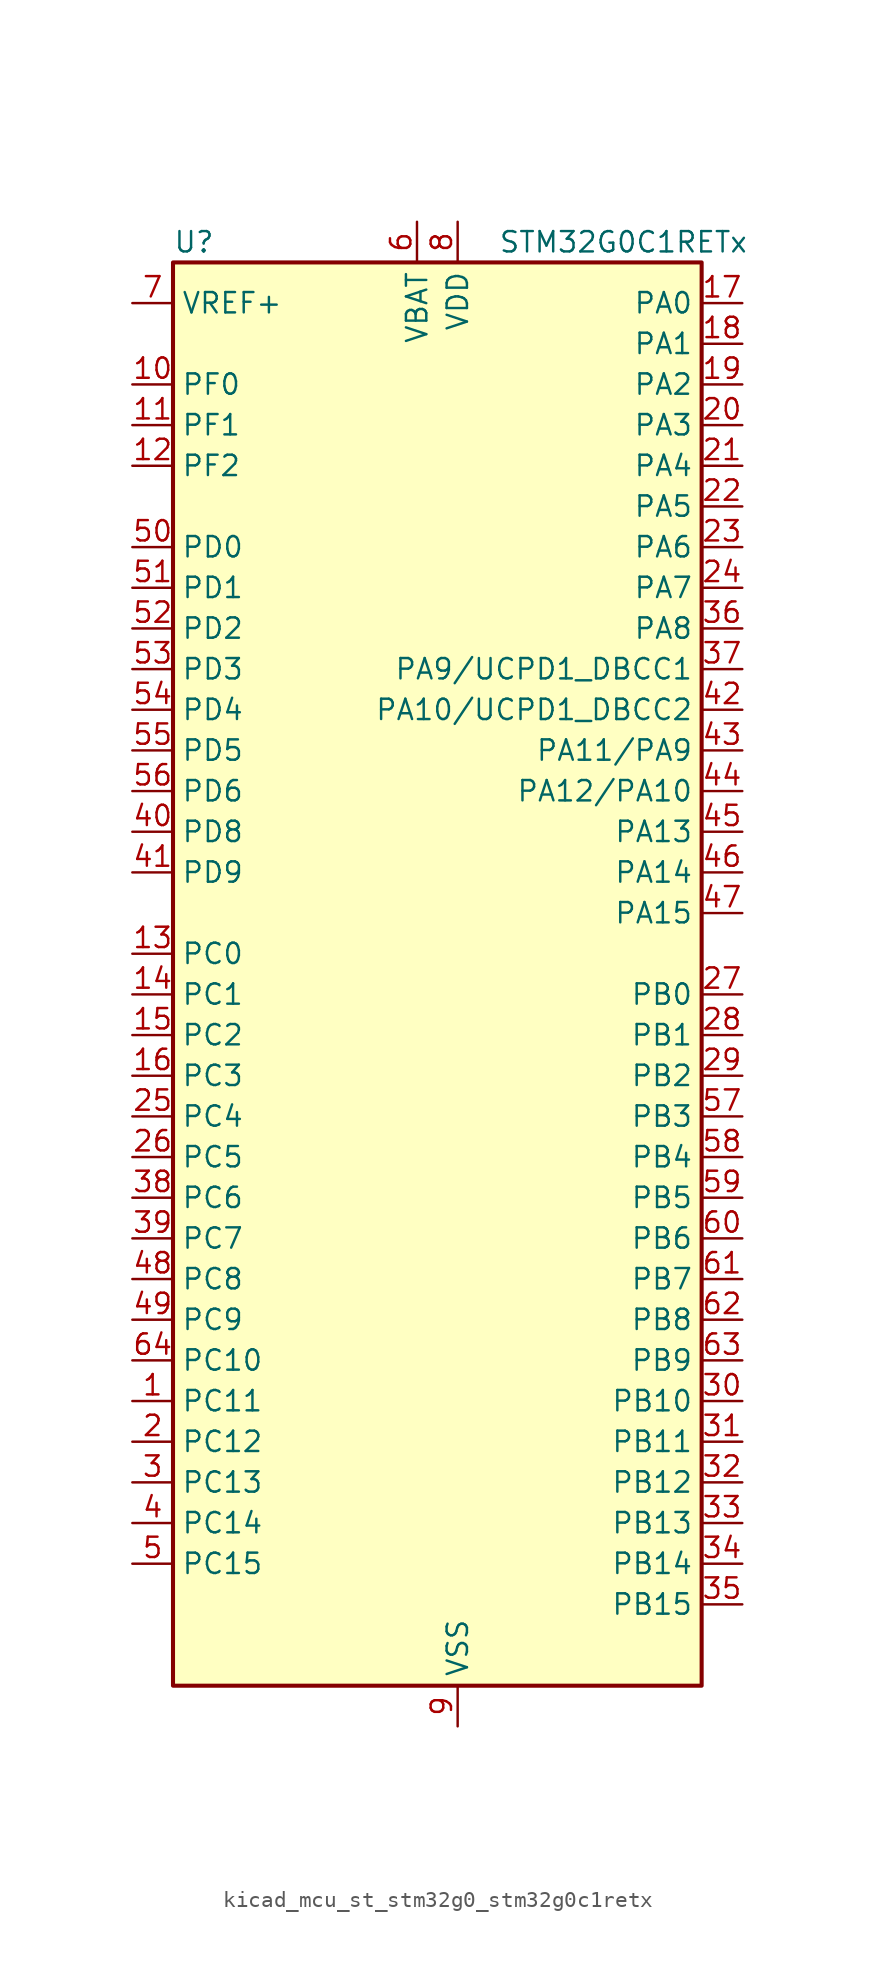
<source format=kicad_sym>
(kicad_symbol_lib
  (version 20220914)
  (generator kicad_symbol_editor)
  (symbol "kicad_mcu_st_stm32g0_stm32g0c1retx"
    (property "Reference" "U"
      (at -15.24 46.99 0)
      (effects (font (size 1.27 1.27)) (justify left)))
    (property "Value" "STM32G0C1RETx"
      (at 5.08 46.99 0)
      (effects (font (size 1.27 1.27)) (justify left)))
    (property "ki_locked" ""
      (at 0 0 0)
      (effects (font (size 1.27 1.27))))
    (symbol "kicad_mcu_st_stm32g0_stm32g0c1retx_0_1"
      (rectangle (start -15.24 -43.18) (end 17.78 45.72) (stroke (width 0.254) (type default)) (fill (type background))))
    (symbol "kicad_mcu_st_stm32g0_stm32g0c1retx_1_1"
      (pin bidirectional line (at -17.78 -25.4 0) (length 2.54) (name "PC11" (effects (font (size 1.27 1.27)))) (number "1" (effects (font (size 1.27 1.27)))) (alternate "ADC1_EXTI11" bidirectional line) (alternate "SPI3_MISO" bidirectional line) (alternate "TIM1_CH4" bidirectional line) (alternate "USART3_RX" bidirectional line) (alternate "USART4_RX" bidirectional line))
      (pin bidirectional line (at -17.78 38.1 0) (length 2.54) (name "PF0" (effects (font (size 1.27 1.27)))) (number "10" (effects (font (size 1.27 1.27)))) (alternate "CRS1_SYNC" bidirectional line) (alternate "RCC_OSC_IN" bidirectional line) (alternate "TIM14_CH1" bidirectional line))
      (pin bidirectional line (at -17.78 35.56 0) (length 2.54) (name "PF1" (effects (font (size 1.27 1.27)))) (number "11" (effects (font (size 1.27 1.27)))) (alternate "RCC_OSC_EN" bidirectional line) (alternate "RCC_OSC_OUT" bidirectional line) (alternate "TIM15_CH1N" bidirectional line))
      (pin bidirectional line (at -17.78 33.02 0) (length 2.54) (name "PF2" (effects (font (size 1.27 1.27)))) (number "12" (effects (font (size 1.27 1.27)))) (alternate "LPUART2_DE" bidirectional line) (alternate "LPUART2_RTS" bidirectional line) (alternate "LPUART2_TX" bidirectional line) (alternate "RCC_MCO" bidirectional line))
      (pin bidirectional line (at -17.78 2.54 0) (length 2.54) (name "PC0" (effects (font (size 1.27 1.27)))) (number "13" (effects (font (size 1.27 1.27)))) (alternate "COMP3_INM" bidirectional line) (alternate "COMP3_OUT" bidirectional line) (alternate "I2C3_SCL" bidirectional line) (alternate "LPTIM1_IN1" bidirectional line) (alternate "LPTIM2_IN1" bidirectional line) (alternate "LPUART1_RX" bidirectional line) (alternate "LPUART2_TX" bidirectional line) (alternate "USART6_TX" bidirectional line))
      (pin bidirectional line (at -17.78 0 0) (length 2.54) (name "PC1" (effects (font (size 1.27 1.27)))) (number "14" (effects (font (size 1.27 1.27)))) (alternate "COMP3_INP" bidirectional line) (alternate "I2C3_SDA" bidirectional line) (alternate "LPTIM1_OUT" bidirectional line) (alternate "LPUART1_TX" bidirectional line) (alternate "LPUART2_RX" bidirectional line) (alternate "TIM15_CH1" bidirectional line) (alternate "USART6_RX" bidirectional line))
      (pin bidirectional line (at -17.78 -2.54 0) (length 2.54) (name "PC2" (effects (font (size 1.27 1.27)))) (number "15" (effects (font (size 1.27 1.27)))) (alternate "COMP3_OUT" bidirectional line) (alternate "FDCAN2_RX" bidirectional line) (alternate "I2S2_MCK" bidirectional line) (alternate "LPTIM1_IN2" bidirectional line) (alternate "SPI2_MISO" bidirectional line) (alternate "TIM15_CH2" bidirectional line))
      (pin bidirectional line (at -17.78 -5.08 0) (length 2.54) (name "PC3" (effects (font (size 1.27 1.27)))) (number "16" (effects (font (size 1.27 1.27)))) (alternate "FDCAN2_TX" bidirectional line) (alternate "I2S2_SD" bidirectional line) (alternate "LPTIM1_ETR" bidirectional line) (alternate "LPTIM2_ETR" bidirectional line) (alternate "SPI2_MOSI" bidirectional line))
      (pin bidirectional line (at 20.32 43.18 180) (length 2.54) (name "PA0" (effects (font (size 1.27 1.27)))) (number "17" (effects (font (size 1.27 1.27)))) (alternate "ADC1_IN0" bidirectional line) (alternate "COMP1_INM" bidirectional line) (alternate "COMP1_OUT" bidirectional line) (alternate "I2S2_CK" bidirectional line) (alternate "LPTIM1_OUT" bidirectional line) (alternate "RTC_TAMP_IN2" bidirectional line) (alternate "SPI2_SCK" bidirectional line) (alternate "SYS_WKUP1" bidirectional line) (alternate "TIM2_CH1" bidirectional line) (alternate "TIM2_ETR" bidirectional line) (alternate "UCPD2_FRSTX1" bidirectional line) (alternate "UCPD2_FRSTX2" bidirectional line) (alternate "USART2_CTS" bidirectional line) (alternate "USART2_NSS" bidirectional line) (alternate "USART4_TX" bidirectional line))
      (pin bidirectional line (at 20.32 40.64 180) (length 2.54) (name "PA1" (effects (font (size 1.27 1.27)))) (number "18" (effects (font (size 1.27 1.27)))) (alternate "ADC1_IN1" bidirectional line) (alternate "COMP1_INP" bidirectional line) (alternate "I2C1_SMBA" bidirectional line) (alternate "I2S1_CK" bidirectional line) (alternate "SPI1_SCK" bidirectional line) (alternate "TIM15_CH1N" bidirectional line) (alternate "TIM2_CH2" bidirectional line) (alternate "USART2_CK" bidirectional line) (alternate "USART2_DE" bidirectional line) (alternate "USART2_RTS" bidirectional line) (alternate "USART4_RX" bidirectional line))
      (pin bidirectional line (at 20.32 38.1 180) (length 2.54) (name "PA2" (effects (font (size 1.27 1.27)))) (number "19" (effects (font (size 1.27 1.27)))) (alternate "ADC1_IN2" bidirectional line) (alternate "COMP2_INM" bidirectional line) (alternate "COMP2_OUT" bidirectional line) (alternate "I2S1_SD" bidirectional line) (alternate "LPUART1_TX" bidirectional line) (alternate "RCC_LSCO" bidirectional line) (alternate "SPI1_MOSI" bidirectional line) (alternate "SYS_WKUP4" bidirectional line) (alternate "TIM15_CH1" bidirectional line) (alternate "TIM2_CH3" bidirectional line) (alternate "UCPD1_FRSTX1" bidirectional line) (alternate "UCPD1_FRSTX2" bidirectional line) (alternate "USART2_TX" bidirectional line))
      (pin bidirectional line (at -17.78 -27.94 0) (length 2.54) (name "PC12" (effects (font (size 1.27 1.27)))) (number "2" (effects (font (size 1.27 1.27)))) (alternate "LPTIM1_IN1" bidirectional line) (alternate "SPI3_MOSI" bidirectional line) (alternate "TIM14_CH1" bidirectional line) (alternate "UCPD1_FRSTX1" bidirectional line) (alternate "UCPD1_FRSTX2" bidirectional line) (alternate "USART5_TX" bidirectional line))
      (pin bidirectional line (at 20.32 35.56 180) (length 2.54) (name "PA3" (effects (font (size 1.27 1.27)))) (number "20" (effects (font (size 1.27 1.27)))) (alternate "ADC1_IN3" bidirectional line) (alternate "COMP2_INP" bidirectional line) (alternate "I2S2_MCK" bidirectional line) (alternate "LPUART1_RX" bidirectional line) (alternate "SPI2_MISO" bidirectional line) (alternate "TIM15_CH2" bidirectional line) (alternate "TIM2_CH4" bidirectional line) (alternate "UCPD2_FRSTX1" bidirectional line) (alternate "UCPD2_FRSTX2" bidirectional line) (alternate "USART2_RX" bidirectional line))
      (pin bidirectional line (at 20.32 33.02 180) (length 2.54) (name "PA4" (effects (font (size 1.27 1.27)))) (number "21" (effects (font (size 1.27 1.27)))) (alternate "ADC1_IN4" bidirectional line) (alternate "DAC1_OUT1" bidirectional line) (alternate "I2S1_WS" bidirectional line) (alternate "I2S2_SD" bidirectional line) (alternate "LPTIM2_OUT" bidirectional line) (alternate "RTC_OUT2" bidirectional line) (alternate "SPI1_NSS" bidirectional line) (alternate "SPI2_MOSI" bidirectional line) (alternate "SPI3_NSS" bidirectional line) (alternate "TIM14_CH1" bidirectional line) (alternate "UCPD2_FRSTX1" bidirectional line) (alternate "UCPD2_FRSTX2" bidirectional line) (alternate "USART6_TX" bidirectional line) (alternate "USB_NOE" bidirectional line))
      (pin bidirectional line (at 20.32 30.48 180) (length 2.54) (name "PA5" (effects (font (size 1.27 1.27)))) (number "22" (effects (font (size 1.27 1.27)))) (alternate "ADC1_IN5" bidirectional line) (alternate "CEC" bidirectional line) (alternate "DAC1_OUT2" bidirectional line) (alternate "I2S1_CK" bidirectional line) (alternate "LPTIM2_ETR" bidirectional line) (alternate "SPI1_SCK" bidirectional line) (alternate "TIM2_CH1" bidirectional line) (alternate "TIM2_ETR" bidirectional line) (alternate "UCPD1_FRSTX1" bidirectional line) (alternate "UCPD1_FRSTX2" bidirectional line) (alternate "USART3_TX" bidirectional line) (alternate "USART6_RX" bidirectional line))
      (pin bidirectional line (at 20.32 27.94 180) (length 2.54) (name "PA6" (effects (font (size 1.27 1.27)))) (number "23" (effects (font (size 1.27 1.27)))) (alternate "ADC1_IN6" bidirectional line) (alternate "COMP1_OUT" bidirectional line) (alternate "I2C2_SDA" bidirectional line) (alternate "I2C3_SDA" bidirectional line) (alternate "I2S1_MCK" bidirectional line) (alternate "LPUART1_CTS" bidirectional line) (alternate "SPI1_MISO" bidirectional line) (alternate "TIM16_CH1" bidirectional line) (alternate "TIM1_BK" bidirectional line) (alternate "TIM3_CH1" bidirectional line) (alternate "USART3_CTS" bidirectional line) (alternate "USART3_NSS" bidirectional line) (alternate "USART6_CTS" bidirectional line) (alternate "USART6_NSS" bidirectional line))
      (pin bidirectional line (at 20.32 25.4 180) (length 2.54) (name "PA7" (effects (font (size 1.27 1.27)))) (number "24" (effects (font (size 1.27 1.27)))) (alternate "ADC1_IN7" bidirectional line) (alternate "COMP2_OUT" bidirectional line) (alternate "I2C2_SCL" bidirectional line) (alternate "I2C3_SCL" bidirectional line) (alternate "I2S1_SD" bidirectional line) (alternate "SPI1_MOSI" bidirectional line) (alternate "TIM14_CH1" bidirectional line) (alternate "TIM17_CH1" bidirectional line) (alternate "TIM1_CH1N" bidirectional line) (alternate "TIM3_CH2" bidirectional line) (alternate "UCPD1_FRSTX1" bidirectional line) (alternate "UCPD1_FRSTX2" bidirectional line) (alternate "USART6_CK" bidirectional line) (alternate "USART6_DE" bidirectional line) (alternate "USART6_RTS" bidirectional line))
      (pin bidirectional line (at -17.78 -7.62 0) (length 2.54) (name "PC4" (effects (font (size 1.27 1.27)))) (number "25" (effects (font (size 1.27 1.27)))) (alternate "ADC1_IN17" bidirectional line) (alternate "COMP1_INM" bidirectional line) (alternate "FDCAN1_RX" bidirectional line) (alternate "TIM2_CH1" bidirectional line) (alternate "TIM2_ETR" bidirectional line) (alternate "USART1_TX" bidirectional line) (alternate "USART3_TX" bidirectional line))
      (pin bidirectional line (at -17.78 -10.16 0) (length 2.54) (name "PC5" (effects (font (size 1.27 1.27)))) (number "26" (effects (font (size 1.27 1.27)))) (alternate "ADC1_IN18" bidirectional line) (alternate "COMP1_INP" bidirectional line) (alternate "FDCAN1_TX" bidirectional line) (alternate "SYS_WKUP5" bidirectional line) (alternate "TIM2_CH2" bidirectional line) (alternate "USART1_RX" bidirectional line) (alternate "USART3_RX" bidirectional line))
      (pin bidirectional line (at 20.32 0 180) (length 2.54) (name "PB0" (effects (font (size 1.27 1.27)))) (number "27" (effects (font (size 1.27 1.27)))) (alternate "ADC1_IN8" bidirectional line) (alternate "COMP1_OUT" bidirectional line) (alternate "COMP3_INP" bidirectional line) (alternate "FDCAN2_RX" bidirectional line) (alternate "I2S1_WS" bidirectional line) (alternate "LPTIM1_OUT" bidirectional line) (alternate "LPUART2_CTS" bidirectional line) (alternate "SPI1_NSS" bidirectional line) (alternate "TIM1_CH2N" bidirectional line) (alternate "TIM3_CH3" bidirectional line) (alternate "UCPD1_FRSTX1" bidirectional line) (alternate "UCPD1_FRSTX2" bidirectional line) (alternate "USART3_RX" bidirectional line) (alternate "USART5_TX" bidirectional line))
      (pin bidirectional line (at 20.32 -2.54 180) (length 2.54) (name "PB1" (effects (font (size 1.27 1.27)))) (number "28" (effects (font (size 1.27 1.27)))) (alternate "ADC1_IN9" bidirectional line) (alternate "COMP1_INM" bidirectional line) (alternate "COMP3_OUT" bidirectional line) (alternate "FDCAN2_TX" bidirectional line) (alternate "LPTIM2_IN1" bidirectional line) (alternate "LPUART1_DE" bidirectional line) (alternate "LPUART1_RTS" bidirectional line) (alternate "LPUART2_DE" bidirectional line) (alternate "LPUART2_RTS" bidirectional line) (alternate "TIM14_CH1" bidirectional line) (alternate "TIM1_CH3N" bidirectional line) (alternate "TIM3_CH4" bidirectional line) (alternate "USART3_CK" bidirectional line) (alternate "USART3_DE" bidirectional line) (alternate "USART3_RTS" bidirectional line) (alternate "USART5_RX" bidirectional line))
      (pin bidirectional line (at 20.32 -5.08 180) (length 2.54) (name "PB2" (effects (font (size 1.27 1.27)))) (number "29" (effects (font (size 1.27 1.27)))) (alternate "ADC1_IN10" bidirectional line) (alternate "COMP1_INP" bidirectional line) (alternate "COMP3_INM" bidirectional line) (alternate "I2S2_MCK" bidirectional line) (alternate "LPTIM1_OUT" bidirectional line) (alternate "RCC_MCO_2" bidirectional line) (alternate "SPI2_MISO" bidirectional line) (alternate "USART3_TX" bidirectional line))
      (pin bidirectional line (at -17.78 -30.48 0) (length 2.54) (name "PC13" (effects (font (size 1.27 1.27)))) (number "3" (effects (font (size 1.27 1.27)))) (alternate "RTC_OUT1" bidirectional line) (alternate "RTC_TAMP_IN1" bidirectional line) (alternate "RTC_TS" bidirectional line) (alternate "SYS_WKUP2" bidirectional line) (alternate "TIM1_BK" bidirectional line))
      (pin bidirectional line (at 20.32 -25.4 180) (length 2.54) (name "PB10" (effects (font (size 1.27 1.27)))) (number "30" (effects (font (size 1.27 1.27)))) (alternate "ADC1_IN11" bidirectional line) (alternate "CEC" bidirectional line) (alternate "COMP1_OUT" bidirectional line) (alternate "I2C2_SCL" bidirectional line) (alternate "I2S2_CK" bidirectional line) (alternate "LPUART1_RX" bidirectional line) (alternate "SPI2_SCK" bidirectional line) (alternate "TIM2_CH3" bidirectional line) (alternate "USART3_TX" bidirectional line))
      (pin bidirectional line (at 20.32 -27.94 180) (length 2.54) (name "PB11" (effects (font (size 1.27 1.27)))) (number "31" (effects (font (size 1.27 1.27)))) (alternate "ADC1_EXTI11" bidirectional line) (alternate "ADC1_IN15" bidirectional line) (alternate "COMP2_OUT" bidirectional line) (alternate "I2C2_SDA" bidirectional line) (alternate "I2S2_SD" bidirectional line) (alternate "LPUART1_TX" bidirectional line) (alternate "SPI2_MOSI" bidirectional line) (alternate "TIM2_CH4" bidirectional line) (alternate "USART3_RX" bidirectional line))
      (pin bidirectional line (at 20.32 -30.48 180) (length 2.54) (name "PB12" (effects (font (size 1.27 1.27)))) (number "32" (effects (font (size 1.27 1.27)))) (alternate "ADC1_IN16" bidirectional line) (alternate "FDCAN2_RX" bidirectional line) (alternate "I2C2_SMBA" bidirectional line) (alternate "I2S2_WS" bidirectional line) (alternate "LPUART1_DE" bidirectional line) (alternate "LPUART1_RTS" bidirectional line) (alternate "SPI2_NSS" bidirectional line) (alternate "TIM15_BK" bidirectional line) (alternate "TIM1_BK" bidirectional line) (alternate "UCPD2_FRSTX1" bidirectional line) (alternate "UCPD2_FRSTX2" bidirectional line))
      (pin bidirectional line (at 20.32 -33.02 180) (length 2.54) (name "PB13" (effects (font (size 1.27 1.27)))) (number "33" (effects (font (size 1.27 1.27)))) (alternate "FDCAN2_TX" bidirectional line) (alternate "I2C2_SCL" bidirectional line) (alternate "I2S2_CK" bidirectional line) (alternate "LPUART1_CTS" bidirectional line) (alternate "SPI2_SCK" bidirectional line) (alternate "TIM15_CH1N" bidirectional line) (alternate "TIM1_CH1N" bidirectional line) (alternate "USART3_CTS" bidirectional line) (alternate "USART3_NSS" bidirectional line))
      (pin bidirectional line (at 20.32 -35.56 180) (length 2.54) (name "PB14" (effects (font (size 1.27 1.27)))) (number "34" (effects (font (size 1.27 1.27)))) (alternate "I2C2_SDA" bidirectional line) (alternate "I2S2_MCK" bidirectional line) (alternate "SPI2_MISO" bidirectional line) (alternate "TIM15_CH1" bidirectional line) (alternate "TIM1_CH2N" bidirectional line) (alternate "UCPD1_FRSTX1" bidirectional line) (alternate "UCPD1_FRSTX2" bidirectional line) (alternate "USART3_CK" bidirectional line) (alternate "USART3_DE" bidirectional line) (alternate "USART3_RTS" bidirectional line) (alternate "USART6_CK" bidirectional line) (alternate "USART6_DE" bidirectional line) (alternate "USART6_RTS" bidirectional line))
      (pin bidirectional line (at 20.32 -38.1 180) (length 2.54) (name "PB15" (effects (font (size 1.27 1.27)))) (number "35" (effects (font (size 1.27 1.27)))) (alternate "I2S2_SD" bidirectional line) (alternate "RTC_REFIN" bidirectional line) (alternate "SPI2_MOSI" bidirectional line) (alternate "TIM15_CH1N" bidirectional line) (alternate "TIM15_CH2" bidirectional line) (alternate "TIM1_CH3N" bidirectional line) (alternate "UCPD1_CC2" bidirectional line) (alternate "USART6_CTS" bidirectional line) (alternate "USART6_NSS" bidirectional line))
      (pin bidirectional line (at 20.32 22.86 180) (length 2.54) (name "PA8" (effects (font (size 1.27 1.27)))) (number "36" (effects (font (size 1.27 1.27)))) (alternate "CRS1_SYNC" bidirectional line) (alternate "I2C2_SMBA" bidirectional line) (alternate "I2S2_WS" bidirectional line) (alternate "LPTIM2_OUT" bidirectional line) (alternate "RCC_MCO" bidirectional line) (alternate "SPI2_NSS" bidirectional line) (alternate "TIM1_CH1" bidirectional line) (alternate "UCPD1_CC1" bidirectional line))
      (pin bidirectional line (at 20.32 20.32 180) (length 2.54) (name "PA9/UCPD1_DBCC1" (effects (font (size 1.27 1.27)))) (number "37" (effects (font (size 1.27 1.27)))) (alternate "DAC1_EXTI9" bidirectional line) (alternate "I2C1_SCL" bidirectional line) (alternate "I2C2_SCL" bidirectional line) (alternate "I2S2_MCK" bidirectional line) (alternate "RCC_MCO" bidirectional line) (alternate "SPI2_MISO" bidirectional line) (alternate "TIM15_BK" bidirectional line) (alternate "TIM1_CH2" bidirectional line) (alternate "UCPD1_DBCC1" bidirectional line) (alternate "USART1_TX" bidirectional line))
      (pin bidirectional line (at -17.78 -12.7 0) (length 2.54) (name "PC6" (effects (font (size 1.27 1.27)))) (number "38" (effects (font (size 1.27 1.27)))) (alternate "LPUART2_TX" bidirectional line) (alternate "TIM2_CH3" bidirectional line) (alternate "TIM3_CH1" bidirectional line) (alternate "UCPD1_FRSTX1" bidirectional line) (alternate "UCPD1_FRSTX2" bidirectional line))
      (pin bidirectional line (at -17.78 -15.24 0) (length 2.54) (name "PC7" (effects (font (size 1.27 1.27)))) (number "39" (effects (font (size 1.27 1.27)))) (alternate "LPUART2_RX" bidirectional line) (alternate "TIM2_CH4" bidirectional line) (alternate "TIM3_CH2" bidirectional line) (alternate "UCPD2_FRSTX1" bidirectional line) (alternate "UCPD2_FRSTX2" bidirectional line))
      (pin bidirectional line (at -17.78 -33.02 0) (length 2.54) (name "PC14" (effects (font (size 1.27 1.27)))) (number "4" (effects (font (size 1.27 1.27)))) (alternate "RCC_OSC32_IN" bidirectional line) (alternate "TIM1_BK2" bidirectional line))
      (pin bidirectional line (at -17.78 10.16 0) (length 2.54) (name "PD8" (effects (font (size 1.27 1.27)))) (number "40" (effects (font (size 1.27 1.27)))) (alternate "I2S1_CK" bidirectional line) (alternate "LPTIM1_OUT" bidirectional line) (alternate "SPI1_SCK" bidirectional line) (alternate "USART3_TX" bidirectional line))
      (pin bidirectional line (at -17.78 7.62 0) (length 2.54) (name "PD9" (effects (font (size 1.27 1.27)))) (number "41" (effects (font (size 1.27 1.27)))) (alternate "DAC1_EXTI9" bidirectional line) (alternate "I2S1_WS" bidirectional line) (alternate "SPI1_NSS" bidirectional line) (alternate "TIM1_BK2" bidirectional line) (alternate "USART3_RX" bidirectional line))
      (pin bidirectional line (at 20.32 17.78 180) (length 2.54) (name "PA10/UCPD1_DBCC2" (effects (font (size 1.27 1.27)))) (number "42" (effects (font (size 1.27 1.27)))) (alternate "I2C1_SDA" bidirectional line) (alternate "I2C2_SDA" bidirectional line) (alternate "I2S2_SD" bidirectional line) (alternate "RCC_MCO_2" bidirectional line) (alternate "SPI2_MOSI" bidirectional line) (alternate "TIM17_BK" bidirectional line) (alternate "TIM1_CH3" bidirectional line) (alternate "UCPD1_DBCC2" bidirectional line) (alternate "USART1_RX" bidirectional line))
      (pin bidirectional line (at 20.32 15.24 180) (length 2.54) (name "PA11/PA9" (effects (font (size 1.27 1.27)))) (number "43" (effects (font (size 1.27 1.27)))) (alternate "ADC1_EXTI11" bidirectional line) (alternate "COMP1_OUT" bidirectional line) (alternate "FDCAN1_RX" bidirectional line) (alternate "I2C2_SCL" bidirectional line) (alternate "I2S1_MCK" bidirectional line) (alternate "SPI1_MISO" bidirectional line) (alternate "TIM1_BK2" bidirectional line) (alternate "TIM1_CH4" bidirectional line) (alternate "USART1_CTS" bidirectional line) (alternate "USART1_NSS" bidirectional line) (alternate "USB_DM" bidirectional line))
      (pin bidirectional line (at 20.32 12.7 180) (length 2.54) (name "PA12/PA10" (effects (font (size 1.27 1.27)))) (number "44" (effects (font (size 1.27 1.27)))) (alternate "COMP2_OUT" bidirectional line) (alternate "FDCAN1_TX" bidirectional line) (alternate "I2C2_SDA" bidirectional line) (alternate "I2S1_SD" bidirectional line) (alternate "I2S_CKIN" bidirectional line) (alternate "SPI1_MOSI" bidirectional line) (alternate "TIM1_ETR" bidirectional line) (alternate "USART1_CK" bidirectional line) (alternate "USART1_DE" bidirectional line) (alternate "USART1_RTS" bidirectional line) (alternate "USB_DP" bidirectional line))
      (pin bidirectional line (at 20.32 10.16 180) (length 2.54) (name "PA13" (effects (font (size 1.27 1.27)))) (number "45" (effects (font (size 1.27 1.27)))) (alternate "IR_OUT" bidirectional line) (alternate "LPUART2_RX" bidirectional line) (alternate "SYS_SWDIO" bidirectional line) (alternate "USB_NOE" bidirectional line))
      (pin bidirectional line (at 20.32 7.62 180) (length 2.54) (name "PA14" (effects (font (size 1.27 1.27)))) (number "46" (effects (font (size 1.27 1.27)))) (alternate "LPUART2_TX" bidirectional line) (alternate "SYS_SWCLK" bidirectional line) (alternate "USART2_TX" bidirectional line))
      (pin bidirectional line (at 20.32 5.08 180) (length 2.54) (name "PA15" (effects (font (size 1.27 1.27)))) (number "47" (effects (font (size 1.27 1.27)))) (alternate "I2C2_SMBA" bidirectional line) (alternate "I2S1_WS" bidirectional line) (alternate "RCC_MCO_2" bidirectional line) (alternate "SPI1_NSS" bidirectional line) (alternate "SPI3_NSS" bidirectional line) (alternate "TIM2_CH1" bidirectional line) (alternate "TIM2_ETR" bidirectional line) (alternate "USART2_RX" bidirectional line) (alternate "USART3_CK" bidirectional line) (alternate "USART3_DE" bidirectional line) (alternate "USART3_RTS" bidirectional line) (alternate "USART4_CK" bidirectional line) (alternate "USART4_DE" bidirectional line) (alternate "USART4_RTS" bidirectional line) (alternate "USB_NOE" bidirectional line))
      (pin bidirectional line (at -17.78 -17.78 0) (length 2.54) (name "PC8" (effects (font (size 1.27 1.27)))) (number "48" (effects (font (size 1.27 1.27)))) (alternate "LPUART2_CTS" bidirectional line) (alternate "TIM1_CH1" bidirectional line) (alternate "TIM3_CH3" bidirectional line) (alternate "UCPD2_FRSTX1" bidirectional line) (alternate "UCPD2_FRSTX2" bidirectional line))
      (pin bidirectional line (at -17.78 -20.32 0) (length 2.54) (name "PC9" (effects (font (size 1.27 1.27)))) (number "49" (effects (font (size 1.27 1.27)))) (alternate "DAC1_EXTI9" bidirectional line) (alternate "I2S_CKIN" bidirectional line) (alternate "LPUART2_DE" bidirectional line) (alternate "LPUART2_RTS" bidirectional line) (alternate "TIM1_CH2" bidirectional line) (alternate "TIM3_CH4" bidirectional line) (alternate "USB_NOE" bidirectional line))
      (pin bidirectional line (at -17.78 -35.56 0) (length 2.54) (name "PC15" (effects (font (size 1.27 1.27)))) (number "5" (effects (font (size 1.27 1.27)))) (alternate "RCC_OSC32_EN" bidirectional line) (alternate "RCC_OSC32_OUT" bidirectional line) (alternate "RCC_OSC_EN" bidirectional line) (alternate "TIM15_BK" bidirectional line))
      (pin bidirectional line (at -17.78 27.94 0) (length 2.54) (name "PD0" (effects (font (size 1.27 1.27)))) (number "50" (effects (font (size 1.27 1.27)))) (alternate "FDCAN1_RX" bidirectional line) (alternate "I2S2_WS" bidirectional line) (alternate "SPI2_NSS" bidirectional line) (alternate "TIM16_CH1" bidirectional line) (alternate "UCPD2_CC1" bidirectional line))
      (pin bidirectional line (at -17.78 25.4 0) (length 2.54) (name "PD1" (effects (font (size 1.27 1.27)))) (number "51" (effects (font (size 1.27 1.27)))) (alternate "FDCAN1_TX" bidirectional line) (alternate "I2S2_CK" bidirectional line) (alternate "SPI2_SCK" bidirectional line) (alternate "TIM17_CH1" bidirectional line) (alternate "UCPD2_DBCC1" bidirectional line))
      (pin bidirectional line (at -17.78 22.86 0) (length 2.54) (name "PD2" (effects (font (size 1.27 1.27)))) (number "52" (effects (font (size 1.27 1.27)))) (alternate "TIM1_CH1N" bidirectional line) (alternate "TIM3_ETR" bidirectional line) (alternate "UCPD2_CC2" bidirectional line) (alternate "USART3_CK" bidirectional line) (alternate "USART3_DE" bidirectional line) (alternate "USART3_RTS" bidirectional line) (alternate "USART5_RX" bidirectional line))
      (pin bidirectional line (at -17.78 20.32 0) (length 2.54) (name "PD3" (effects (font (size 1.27 1.27)))) (number "53" (effects (font (size 1.27 1.27)))) (alternate "I2S2_MCK" bidirectional line) (alternate "SPI2_MISO" bidirectional line) (alternate "TIM1_CH2N" bidirectional line) (alternate "UCPD2_DBCC2" bidirectional line) (alternate "USART2_CTS" bidirectional line) (alternate "USART2_NSS" bidirectional line) (alternate "USART5_TX" bidirectional line))
      (pin bidirectional line (at -17.78 17.78 0) (length 2.54) (name "PD4" (effects (font (size 1.27 1.27)))) (number "54" (effects (font (size 1.27 1.27)))) (alternate "I2S2_SD" bidirectional line) (alternate "SPI2_MOSI" bidirectional line) (alternate "TIM1_CH3N" bidirectional line) (alternate "USART2_CK" bidirectional line) (alternate "USART2_DE" bidirectional line) (alternate "USART2_RTS" bidirectional line) (alternate "USART5_CK" bidirectional line) (alternate "USART5_DE" bidirectional line) (alternate "USART5_RTS" bidirectional line))
      (pin bidirectional line (at -17.78 15.24 0) (length 2.54) (name "PD5" (effects (font (size 1.27 1.27)))) (number "55" (effects (font (size 1.27 1.27)))) (alternate "I2S1_MCK" bidirectional line) (alternate "SPI1_MISO" bidirectional line) (alternate "TIM1_BK" bidirectional line) (alternate "USART2_TX" bidirectional line) (alternate "USART5_CTS" bidirectional line) (alternate "USART5_NSS" bidirectional line))
      (pin bidirectional line (at -17.78 12.7 0) (length 2.54) (name "PD6" (effects (font (size 1.27 1.27)))) (number "56" (effects (font (size 1.27 1.27)))) (alternate "I2S1_SD" bidirectional line) (alternate "LPTIM2_OUT" bidirectional line) (alternate "SPI1_MOSI" bidirectional line) (alternate "USART2_RX" bidirectional line))
      (pin bidirectional line (at 20.32 -7.62 180) (length 2.54) (name "PB3" (effects (font (size 1.27 1.27)))) (number "57" (effects (font (size 1.27 1.27)))) (alternate "COMP2_INM" bidirectional line) (alternate "I2C2_SCL" bidirectional line) (alternate "I2C3_SCL" bidirectional line) (alternate "I2S1_CK" bidirectional line) (alternate "SPI1_SCK" bidirectional line) (alternate "SPI3_SCK" bidirectional line) (alternate "TIM1_CH2" bidirectional line) (alternate "TIM2_CH2" bidirectional line) (alternate "USART1_CK" bidirectional line) (alternate "USART1_DE" bidirectional line) (alternate "USART1_RTS" bidirectional line) (alternate "USART5_TX" bidirectional line))
      (pin bidirectional line (at 20.32 -10.16 180) (length 2.54) (name "PB4" (effects (font (size 1.27 1.27)))) (number "58" (effects (font (size 1.27 1.27)))) (alternate "COMP2_INP" bidirectional line) (alternate "I2C2_SDA" bidirectional line) (alternate "I2C3_SDA" bidirectional line) (alternate "I2S1_MCK" bidirectional line) (alternate "SPI1_MISO" bidirectional line) (alternate "SPI3_MISO" bidirectional line) (alternate "TIM17_BK" bidirectional line) (alternate "TIM3_CH1" bidirectional line) (alternate "USART1_CTS" bidirectional line) (alternate "USART1_NSS" bidirectional line) (alternate "USART5_RX" bidirectional line))
      (pin bidirectional line (at 20.32 -12.7 180) (length 2.54) (name "PB5" (effects (font (size 1.27 1.27)))) (number "59" (effects (font (size 1.27 1.27)))) (alternate "COMP2_OUT" bidirectional line) (alternate "FDCAN2_RX" bidirectional line) (alternate "I2C1_SMBA" bidirectional line) (alternate "I2S1_SD" bidirectional line) (alternate "LPTIM1_IN1" bidirectional line) (alternate "SPI1_MOSI" bidirectional line) (alternate "SPI3_MOSI" bidirectional line) (alternate "SYS_WKUP6" bidirectional line) (alternate "TIM16_BK" bidirectional line) (alternate "TIM3_CH2" bidirectional line) (alternate "USART5_CK" bidirectional line) (alternate "USART5_DE" bidirectional line) (alternate "USART5_RTS" bidirectional line))
      (pin power_in line (at 0 48.26 270) (length 2.54) (name "VBAT" (effects (font (size 1.27 1.27)))) (number "6" (effects (font (size 1.27 1.27)))))
      (pin bidirectional line (at 20.32 -15.24 180) (length 2.54) (name "PB6" (effects (font (size 1.27 1.27)))) (number "60" (effects (font (size 1.27 1.27)))) (alternate "COMP2_INP" bidirectional line) (alternate "FDCAN2_TX" bidirectional line) (alternate "I2C1_SCL" bidirectional line) (alternate "I2S2_MCK" bidirectional line) (alternate "LPTIM1_ETR" bidirectional line) (alternate "LPUART2_TX" bidirectional line) (alternate "SPI2_MISO" bidirectional line) (alternate "TIM16_CH1N" bidirectional line) (alternate "TIM1_CH3" bidirectional line) (alternate "TIM4_CH1" bidirectional line) (alternate "USART1_TX" bidirectional line) (alternate "USART5_CTS" bidirectional line) (alternate "USART5_NSS" bidirectional line))
      (pin bidirectional line (at 20.32 -17.78 180) (length 2.54) (name "PB7" (effects (font (size 1.27 1.27)))) (number "61" (effects (font (size 1.27 1.27)))) (alternate "COMP2_INM" bidirectional line) (alternate "I2C1_SDA" bidirectional line) (alternate "I2S2_SD" bidirectional line) (alternate "LPTIM1_IN2" bidirectional line) (alternate "LPUART2_RX" bidirectional line) (alternate "SPI2_MOSI" bidirectional line) (alternate "SYS_PVD_IN" bidirectional line) (alternate "TIM17_CH1N" bidirectional line) (alternate "TIM4_CH2" bidirectional line) (alternate "USART1_RX" bidirectional line) (alternate "USART4_CTS" bidirectional line) (alternate "USART4_NSS" bidirectional line))
      (pin bidirectional line (at 20.32 -20.32 180) (length 2.54) (name "PB8" (effects (font (size 1.27 1.27)))) (number "62" (effects (font (size 1.27 1.27)))) (alternate "CEC" bidirectional line) (alternate "FDCAN1_RX" bidirectional line) (alternate "I2C1_SCL" bidirectional line) (alternate "I2S2_CK" bidirectional line) (alternate "SPI2_SCK" bidirectional line) (alternate "TIM15_BK" bidirectional line) (alternate "TIM16_CH1" bidirectional line) (alternate "TIM4_CH3" bidirectional line) (alternate "USART3_TX" bidirectional line) (alternate "USART6_TX" bidirectional line))
      (pin bidirectional line (at 20.32 -22.86 180) (length 2.54) (name "PB9" (effects (font (size 1.27 1.27)))) (number "63" (effects (font (size 1.27 1.27)))) (alternate "DAC1_EXTI9" bidirectional line) (alternate "FDCAN1_TX" bidirectional line) (alternate "I2C1_SDA" bidirectional line) (alternate "I2S2_WS" bidirectional line) (alternate "IR_OUT" bidirectional line) (alternate "SPI2_NSS" bidirectional line) (alternate "TIM17_CH1" bidirectional line) (alternate "TIM4_CH4" bidirectional line) (alternate "UCPD2_FRSTX1" bidirectional line) (alternate "UCPD2_FRSTX2" bidirectional line) (alternate "USART3_RX" bidirectional line) (alternate "USART6_RX" bidirectional line))
      (pin bidirectional line (at -17.78 -22.86 0) (length 2.54) (name "PC10" (effects (font (size 1.27 1.27)))) (number "64" (effects (font (size 1.27 1.27)))) (alternate "SPI3_SCK" bidirectional line) (alternate "TIM1_CH3" bidirectional line) (alternate "USART3_TX" bidirectional line) (alternate "USART4_TX" bidirectional line))
      (pin input line (at -17.78 43.18 0) (length 2.54) (name "VREF+" (effects (font (size 1.27 1.27)))) (number "7" (effects (font (size 1.27 1.27)))) (alternate "VREFBUF_OUT" bidirectional line))
      (pin power_in line (at 2.54 48.26 270) (length 2.54) (name "VDD" (effects (font (size 1.27 1.27)))) (number "8" (effects (font (size 1.27 1.27)))))
      (pin power_in line (at 2.54 -45.72 90) (length 2.54) (name "VSS" (effects (font (size 1.27 1.27)))) (number "9" (effects (font (size 1.27 1.27))))))))
</source>
